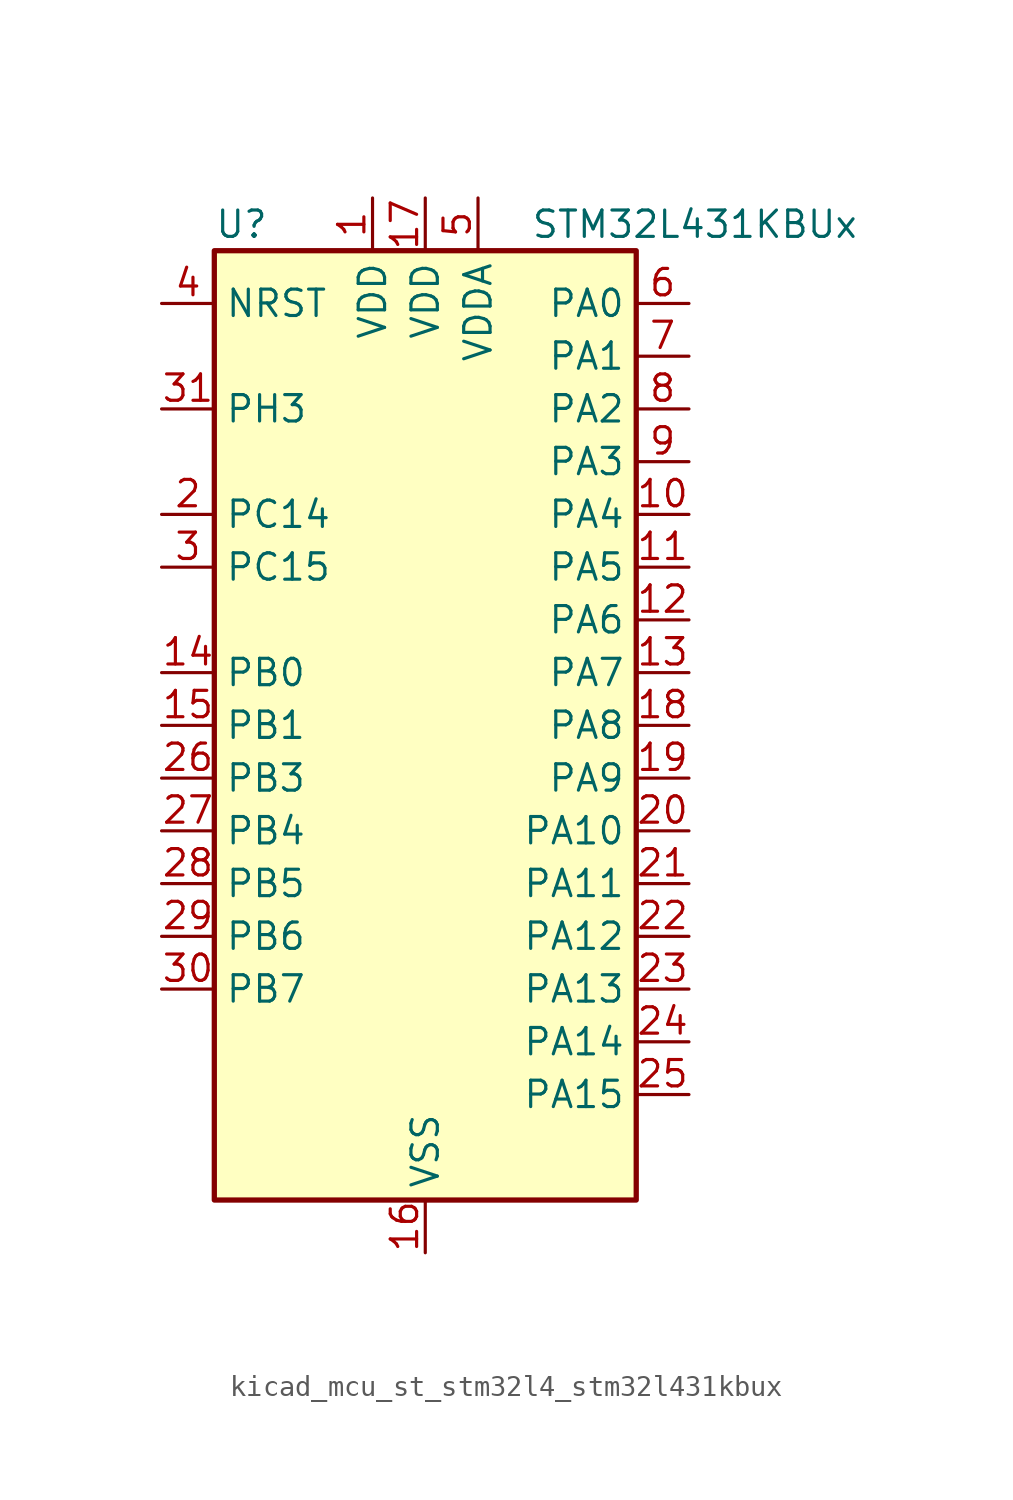
<source format=kicad_sym>
(kicad_symbol_lib
  (version 20220914)
  (generator kicad_symbol_editor)
  (symbol "kicad_mcu_st_stm32l4_stm32l431kbux"
    (property "Reference" "U"
      (at -10.16 24.13 0)
      (effects (font (size 1.27 1.27)) (justify left)))
    (property "Value" "STM32L431KBUx"
      (at 5.08 24.13 0)
      (effects (font (size 1.27 1.27)) (justify left)))
    (property "ki_locked" ""
      (at 0 0 0)
      (effects (font (size 1.27 1.27))))
    (symbol "kicad_mcu_st_stm32l4_stm32l431kbux_0_1"
      (rectangle (start -10.16 -22.86) (end 10.16 22.86) (stroke (width 0.254) (type default)) (fill (type background))))
    (symbol "kicad_mcu_st_stm32l4_stm32l431kbux_1_1"
      (pin power_in line (at -2.54 25.4 270) (length 2.54) (name "VDD" (effects (font (size 1.27 1.27)))) (number "1" (effects (font (size 1.27 1.27)))))
      (pin bidirectional line (at 12.7 10.16 180) (length 2.54) (name "PA4" (effects (font (size 1.27 1.27)))) (number "10" (effects (font (size 1.27 1.27)))) (alternate "ADC1_IN9" bidirectional line) (alternate "COMP1_INM" bidirectional line) (alternate "COMP2_INM" bidirectional line) (alternate "DAC1_OUT1" bidirectional line) (alternate "LPTIM2_OUT" bidirectional line) (alternate "SAI1_FS_B" bidirectional line) (alternate "SPI1_NSS" bidirectional line) (alternate "SPI3_NSS" bidirectional line) (alternate "USART2_CK" bidirectional line))
      (pin bidirectional line (at 12.7 7.62 180) (length 2.54) (name "PA5" (effects (font (size 1.27 1.27)))) (number "11" (effects (font (size 1.27 1.27)))) (alternate "ADC1_IN10" bidirectional line) (alternate "COMP1_INM" bidirectional line) (alternate "COMP2_INM" bidirectional line) (alternate "DAC1_OUT2" bidirectional line) (alternate "LPTIM2_ETR" bidirectional line) (alternate "SPI1_SCK" bidirectional line) (alternate "TIM2_CH1" bidirectional line) (alternate "TIM2_ETR" bidirectional line))
      (pin bidirectional line (at 12.7 5.08 180) (length 2.54) (name "PA6" (effects (font (size 1.27 1.27)))) (number "12" (effects (font (size 1.27 1.27)))) (alternate "ADC1_IN11" bidirectional line) (alternate "COMP1_OUT" bidirectional line) (alternate "LPUART1_CTS" bidirectional line) (alternate "QUADSPI_BK1_IO3" bidirectional line) (alternate "SPI1_MISO" bidirectional line) (alternate "TIM16_CH1" bidirectional line) (alternate "TIM1_BKIN" bidirectional line) (alternate "TIM1_BKIN_COMP2" bidirectional line))
      (pin bidirectional line (at 12.7 2.54 180) (length 2.54) (name "PA7" (effects (font (size 1.27 1.27)))) (number "13" (effects (font (size 1.27 1.27)))) (alternate "ADC1_IN12" bidirectional line) (alternate "COMP2_OUT" bidirectional line) (alternate "I2C3_SCL" bidirectional line) (alternate "QUADSPI_BK1_IO2" bidirectional line) (alternate "SPI1_MOSI" bidirectional line) (alternate "TIM1_CH1N" bidirectional line))
      (pin bidirectional line (at -12.7 2.54 0) (length 2.54) (name "PB0" (effects (font (size 1.27 1.27)))) (number "14" (effects (font (size 1.27 1.27)))) (alternate "ADC1_IN15" bidirectional line) (alternate "COMP1_OUT" bidirectional line) (alternate "QUADSPI_BK1_IO1" bidirectional line) (alternate "SAI1_EXTCLK" bidirectional line) (alternate "SPI1_NSS" bidirectional line) (alternate "TIM1_CH2N" bidirectional line))
      (pin bidirectional line (at -12.7 0 0) (length 2.54) (name "PB1" (effects (font (size 1.27 1.27)))) (number "15" (effects (font (size 1.27 1.27)))) (alternate "ADC1_IN16" bidirectional line) (alternate "COMP1_INM" bidirectional line) (alternate "LPTIM2_IN1" bidirectional line) (alternate "LPUART1_DE" bidirectional line) (alternate "LPUART1_RTS" bidirectional line) (alternate "QUADSPI_BK1_IO0" bidirectional line) (alternate "TIM1_CH3N" bidirectional line))
      (pin power_in line (at 0 -25.4 90) (length 2.54) (name "VSS" (effects (font (size 1.27 1.27)))) (number "16" (effects (font (size 1.27 1.27)))))
      (pin power_in line (at 0 25.4 270) (length 2.54) (name "VDD" (effects (font (size 1.27 1.27)))) (number "17" (effects (font (size 1.27 1.27)))))
      (pin bidirectional line (at 12.7 0 180) (length 2.54) (name "PA8" (effects (font (size 1.27 1.27)))) (number "18" (effects (font (size 1.27 1.27)))) (alternate "LPTIM2_OUT" bidirectional line) (alternate "RCC_MCO" bidirectional line) (alternate "SAI1_SCK_A" bidirectional line) (alternate "SWPMI1_IO" bidirectional line) (alternate "TIM1_CH1" bidirectional line) (alternate "USART1_CK" bidirectional line))
      (pin bidirectional line (at 12.7 -2.54 180) (length 2.54) (name "PA9" (effects (font (size 1.27 1.27)))) (number "19" (effects (font (size 1.27 1.27)))) (alternate "DAC1_EXTI9" bidirectional line) (alternate "I2C1_SCL" bidirectional line) (alternate "SAI1_FS_A" bidirectional line) (alternate "TIM15_BKIN" bidirectional line) (alternate "TIM1_CH2" bidirectional line) (alternate "USART1_TX" bidirectional line))
      (pin bidirectional line (at -12.7 10.16 0) (length 2.54) (name "PC14" (effects (font (size 1.27 1.27)))) (number "2" (effects (font (size 1.27 1.27)))) (alternate "RCC_OSC32_IN" bidirectional line))
      (pin bidirectional line (at 12.7 -5.08 180) (length 2.54) (name "PA10" (effects (font (size 1.27 1.27)))) (number "20" (effects (font (size 1.27 1.27)))) (alternate "I2C1_SDA" bidirectional line) (alternate "SAI1_SD_A" bidirectional line) (alternate "TIM1_CH3" bidirectional line) (alternate "USART1_RX" bidirectional line))
      (pin bidirectional line (at 12.7 -7.62 180) (length 2.54) (name "PA11" (effects (font (size 1.27 1.27)))) (number "21" (effects (font (size 1.27 1.27)))) (alternate "ADC1_EXTI11" bidirectional line) (alternate "CAN1_RX" bidirectional line) (alternate "COMP1_OUT" bidirectional line) (alternate "SPI1_MISO" bidirectional line) (alternate "TIM1_BKIN2" bidirectional line) (alternate "TIM1_BKIN2_COMP1" bidirectional line) (alternate "TIM1_CH4" bidirectional line) (alternate "USART1_CTS" bidirectional line))
      (pin bidirectional line (at 12.7 -10.16 180) (length 2.54) (name "PA12" (effects (font (size 1.27 1.27)))) (number "22" (effects (font (size 1.27 1.27)))) (alternate "CAN1_TX" bidirectional line) (alternate "SPI1_MOSI" bidirectional line) (alternate "TIM1_ETR" bidirectional line) (alternate "USART1_DE" bidirectional line) (alternate "USART1_RTS" bidirectional line))
      (pin bidirectional line (at 12.7 -12.7 180) (length 2.54) (name "PA13" (effects (font (size 1.27 1.27)))) (number "23" (effects (font (size 1.27 1.27)))) (alternate "IR_OUT" bidirectional line) (alternate "SAI1_SD_B" bidirectional line) (alternate "SWPMI1_TX" bidirectional line) (alternate "SYS_JTMS-SWDIO" bidirectional line))
      (pin bidirectional line (at 12.7 -15.24 180) (length 2.54) (name "PA14" (effects (font (size 1.27 1.27)))) (number "24" (effects (font (size 1.27 1.27)))) (alternate "I2C1_SMBA" bidirectional line) (alternate "LPTIM1_OUT" bidirectional line) (alternate "SAI1_FS_B" bidirectional line) (alternate "SWPMI1_RX" bidirectional line) (alternate "SYS_JTCK-SWCLK" bidirectional line))
      (pin bidirectional line (at 12.7 -17.78 180) (length 2.54) (name "PA15" (effects (font (size 1.27 1.27)))) (number "25" (effects (font (size 1.27 1.27)))) (alternate "ADC1_EXTI15" bidirectional line) (alternate "SPI1_NSS" bidirectional line) (alternate "SPI3_NSS" bidirectional line) (alternate "SWPMI1_SUSPEND" bidirectional line) (alternate "SYS_JTDI" bidirectional line) (alternate "TIM2_CH1" bidirectional line) (alternate "TIM2_ETR" bidirectional line) (alternate "USART2_RX" bidirectional line))
      (pin bidirectional line (at -12.7 -2.54 0) (length 2.54) (name "PB3" (effects (font (size 1.27 1.27)))) (number "26" (effects (font (size 1.27 1.27)))) (alternate "COMP2_INM" bidirectional line) (alternate "SAI1_SCK_B" bidirectional line) (alternate "SPI1_SCK" bidirectional line) (alternate "SPI3_SCK" bidirectional line) (alternate "SYS_JTDO-SWO" bidirectional line) (alternate "TIM2_CH2" bidirectional line) (alternate "USART1_DE" bidirectional line) (alternate "USART1_RTS" bidirectional line))
      (pin bidirectional line (at -12.7 -5.08 0) (length 2.54) (name "PB4" (effects (font (size 1.27 1.27)))) (number "27" (effects (font (size 1.27 1.27)))) (alternate "COMP2_INP" bidirectional line) (alternate "I2C3_SDA" bidirectional line) (alternate "SAI1_MCLK_B" bidirectional line) (alternate "SPI1_MISO" bidirectional line) (alternate "SPI3_MISO" bidirectional line) (alternate "SYS_JTRST" bidirectional line) (alternate "TSC_G2_IO1" bidirectional line) (alternate "USART1_CTS" bidirectional line))
      (pin bidirectional line (at -12.7 -7.62 0) (length 2.54) (name "PB5" (effects (font (size 1.27 1.27)))) (number "28" (effects (font (size 1.27 1.27)))) (alternate "COMP2_OUT" bidirectional line) (alternate "I2C1_SMBA" bidirectional line) (alternate "LPTIM1_IN1" bidirectional line) (alternate "SAI1_SD_B" bidirectional line) (alternate "SPI1_MOSI" bidirectional line) (alternate "SPI3_MOSI" bidirectional line) (alternate "TIM16_BKIN" bidirectional line) (alternate "TSC_G2_IO2" bidirectional line) (alternate "USART1_CK" bidirectional line))
      (pin bidirectional line (at -12.7 -10.16 0) (length 2.54) (name "PB6" (effects (font (size 1.27 1.27)))) (number "29" (effects (font (size 1.27 1.27)))) (alternate "COMP2_INP" bidirectional line) (alternate "I2C1_SCL" bidirectional line) (alternate "LPTIM1_ETR" bidirectional line) (alternate "SAI1_FS_B" bidirectional line) (alternate "TIM16_CH1N" bidirectional line) (alternate "TSC_G2_IO3" bidirectional line) (alternate "USART1_TX" bidirectional line))
      (pin bidirectional line (at -12.7 7.62 0) (length 2.54) (name "PC15" (effects (font (size 1.27 1.27)))) (number "3" (effects (font (size 1.27 1.27)))) (alternate "ADC1_EXTI15" bidirectional line) (alternate "RCC_OSC32_OUT" bidirectional line))
      (pin bidirectional line (at -12.7 -12.7 0) (length 2.54) (name "PB7" (effects (font (size 1.27 1.27)))) (number "30" (effects (font (size 1.27 1.27)))) (alternate "COMP2_INM" bidirectional line) (alternate "I2C1_SDA" bidirectional line) (alternate "LPTIM1_IN2" bidirectional line) (alternate "SYS_PVD_IN" bidirectional line) (alternate "TSC_G2_IO4" bidirectional line) (alternate "USART1_RX" bidirectional line))
      (pin bidirectional line (at -12.7 15.24 0) (length 2.54) (name "PH3" (effects (font (size 1.27 1.27)))) (number "31" (effects (font (size 1.27 1.27)))))
      (pin passive line (at 0 -25.4 90) (length 2.54) hide (name "VSS" (effects (font (size 1.27 1.27)))) (number "32" (effects (font (size 1.27 1.27)))))
      (pin passive line (at 0 -25.4 90) (length 2.54) hide (name "VSS" (effects (font (size 1.27 1.27)))) (number "33" (effects (font (size 1.27 1.27)))))
      (pin input line (at -12.7 20.32 0) (length 2.54) (name "NRST" (effects (font (size 1.27 1.27)))) (number "4" (effects (font (size 1.27 1.27)))))
      (pin power_in line (at 2.54 25.4 270) (length 2.54) (name "VDDA" (effects (font (size 1.27 1.27)))) (number "5" (effects (font (size 1.27 1.27)))))
      (pin bidirectional line (at 12.7 20.32 180) (length 2.54) (name "PA0" (effects (font (size 1.27 1.27)))) (number "6" (effects (font (size 1.27 1.27)))) (alternate "ADC1_IN5" bidirectional line) (alternate "COMP1_INM" bidirectional line) (alternate "COMP1_OUT" bidirectional line) (alternate "OPAMP1_VINP" bidirectional line) (alternate "RCC_CK_IN" bidirectional line) (alternate "RTC_TAMP2" bidirectional line) (alternate "SAI1_EXTCLK" bidirectional line) (alternate "SYS_WKUP1" bidirectional line) (alternate "TIM2_CH1" bidirectional line) (alternate "TIM2_ETR" bidirectional line) (alternate "USART2_CTS" bidirectional line))
      (pin bidirectional line (at 12.7 17.78 180) (length 2.54) (name "PA1" (effects (font (size 1.27 1.27)))) (number "7" (effects (font (size 1.27 1.27)))) (alternate "ADC1_IN6" bidirectional line) (alternate "COMP1_INP" bidirectional line) (alternate "I2C1_SMBA" bidirectional line) (alternate "OPAMP1_VINM" bidirectional line) (alternate "SPI1_SCK" bidirectional line) (alternate "TIM15_CH1N" bidirectional line) (alternate "TIM2_CH2" bidirectional line) (alternate "USART2_DE" bidirectional line) (alternate "USART2_RTS" bidirectional line))
      (pin bidirectional line (at 12.7 15.24 180) (length 2.54) (name "PA2" (effects (font (size 1.27 1.27)))) (number "8" (effects (font (size 1.27 1.27)))) (alternate "ADC1_IN7" bidirectional line) (alternate "COMP2_INM" bidirectional line) (alternate "COMP2_OUT" bidirectional line) (alternate "LPUART1_TX" bidirectional line) (alternate "QUADSPI_BK1_NCS" bidirectional line) (alternate "RCC_LSCO" bidirectional line) (alternate "SYS_WKUP4" bidirectional line) (alternate "TIM15_CH1" bidirectional line) (alternate "TIM2_CH3" bidirectional line) (alternate "USART2_TX" bidirectional line))
      (pin bidirectional line (at 12.7 12.7 180) (length 2.54) (name "PA3" (effects (font (size 1.27 1.27)))) (number "9" (effects (font (size 1.27 1.27)))) (alternate "ADC1_IN8" bidirectional line) (alternate "COMP2_INP" bidirectional line) (alternate "LPUART1_RX" bidirectional line) (alternate "OPAMP1_VOUT" bidirectional line) (alternate "QUADSPI_CLK" bidirectional line) (alternate "SAI1_MCLK_A" bidirectional line) (alternate "TIM15_CH2" bidirectional line) (alternate "TIM2_CH4" bidirectional line) (alternate "USART2_RX" bidirectional line)))))
</source>
